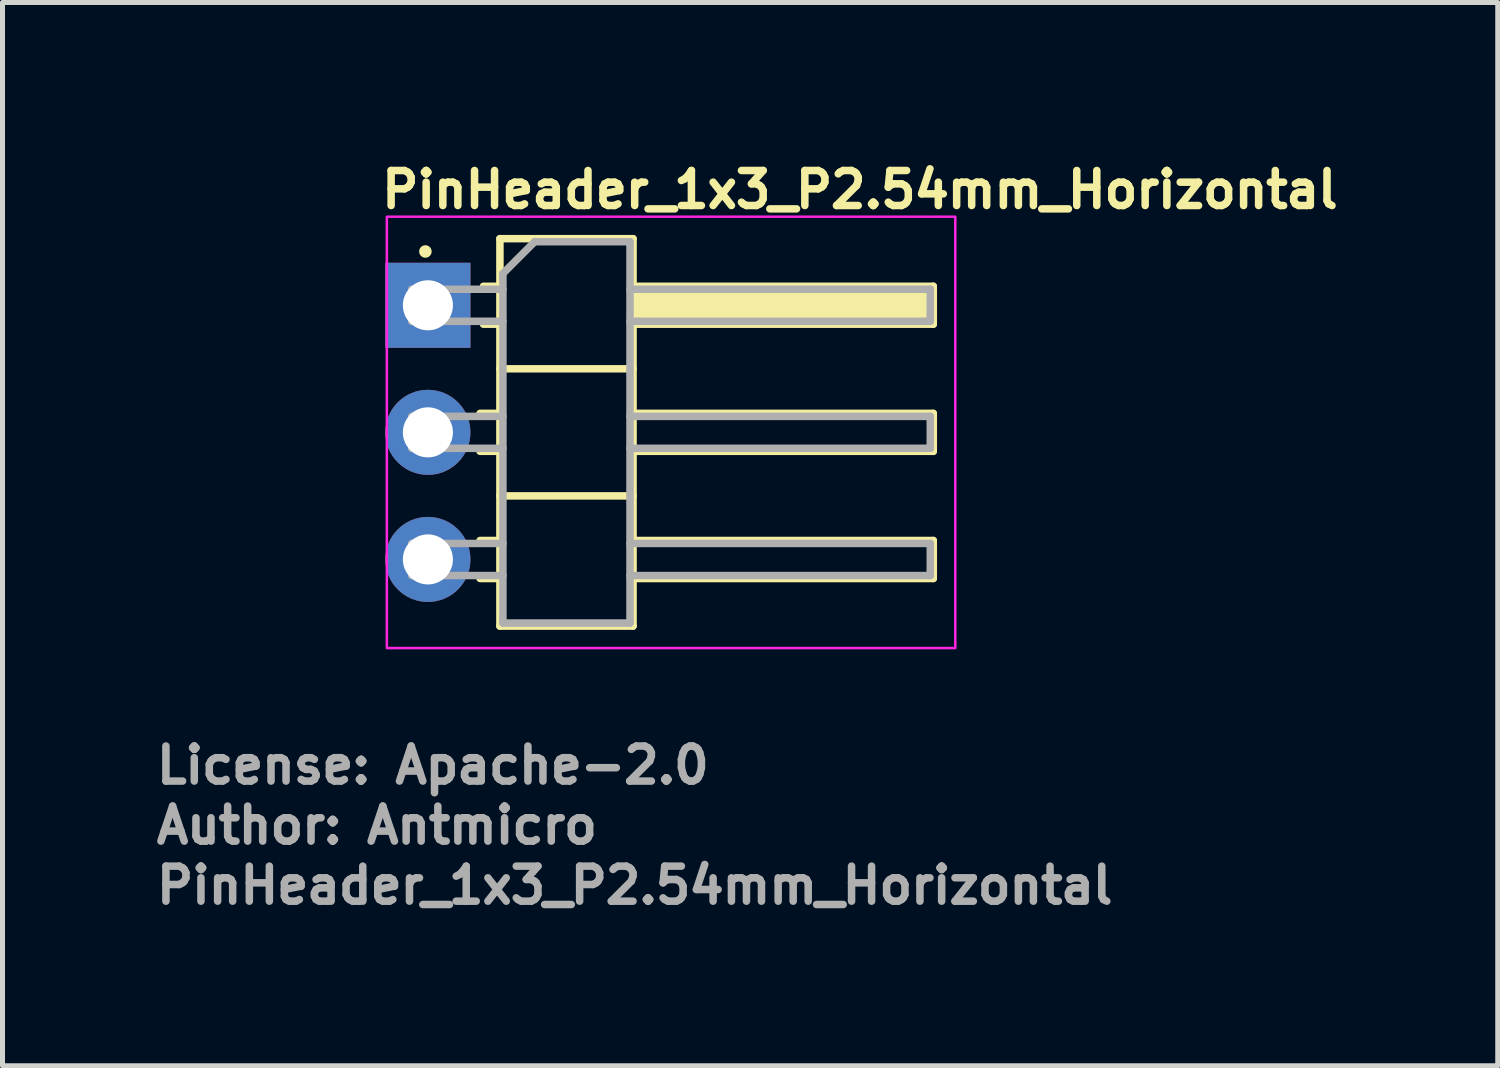
<source format=kicad_pcb>
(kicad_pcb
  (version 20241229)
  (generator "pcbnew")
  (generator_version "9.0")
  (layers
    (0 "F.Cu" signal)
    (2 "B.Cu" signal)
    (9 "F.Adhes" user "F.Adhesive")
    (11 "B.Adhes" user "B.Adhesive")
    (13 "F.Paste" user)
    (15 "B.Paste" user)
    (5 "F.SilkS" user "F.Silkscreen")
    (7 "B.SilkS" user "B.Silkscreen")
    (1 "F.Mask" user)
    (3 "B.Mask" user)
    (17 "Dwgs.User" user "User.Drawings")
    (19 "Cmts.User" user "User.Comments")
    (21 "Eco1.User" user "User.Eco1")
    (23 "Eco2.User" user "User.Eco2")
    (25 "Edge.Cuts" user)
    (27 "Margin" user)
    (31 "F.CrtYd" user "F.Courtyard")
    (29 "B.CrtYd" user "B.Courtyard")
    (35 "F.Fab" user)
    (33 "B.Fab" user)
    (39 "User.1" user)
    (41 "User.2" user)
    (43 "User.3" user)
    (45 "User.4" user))
  (footprint "PinHeader_1x3_P2.54mm_Horizontal"
    (layer "F.Cu")
    (at 5.5 3.05)
    (property "Reference" "PinHeader_1x3_P2.54mm_Horizontal" (at -1 -1.9 0) (layer "F.SilkS") (effects (font (size 0.7 0.7) (thickness 0.15)) (justify left bottom)))
    (attr through_hole)
    (fp_line (start 1.042 2.16) (end 1.439 2.16) (stroke (width 0.15) (type solid)) (layer "F.SilkS"))
    (fp_line (start 1.042 2.918) (end 1.439 2.918) (stroke (width 0.15) (type solid)) (layer "F.SilkS"))
    (fp_line (start 1.042 4.7) (end 1.439 4.7) (stroke (width 0.15) (type solid)) (layer "F.SilkS"))
    (fp_line (start 1.042 5.459) (end 1.439 5.459) (stroke (width 0.15) (type solid)) (layer "F.SilkS"))
    (fp_line (start 1.11 -0.38) (end 1.439 -0.38) (stroke (width 0.15) (type solid)) (layer "F.SilkS"))
    (fp_line (start 1.11 0.378) (end 1.439 0.378) (stroke (width 0.15) (type solid)) (layer "F.SilkS"))
    (fp_line (start 1.439 -1.331) (end 1.439 6.41) (stroke (width 0.15) (type solid)) (layer "F.SilkS"))
    (fp_line (start 1.439 1.269) (end 4.099 1.269) (stroke (width 0.15) (type solid)) (layer "F.SilkS"))
    (fp_line (start 1.439 3.809) (end 4.099 3.809) (stroke (width 0.15) (type solid)) (layer "F.SilkS"))
    (fp_line (start 1.439 6.41) (end 4.099 6.41) (stroke (width 0.15) (type solid)) (layer "F.SilkS"))
    (fp_line (start 4.099 -1.331) (end 1.439 -1.331) (stroke (width 0.15) (type solid)) (layer "F.SilkS"))
    (fp_line (start 4.099 -0.38) (end 10.098 -0.38) (stroke (width 0.15) (type solid)) (layer "F.SilkS"))
    (fp_line (start 4.099 -0.32) (end 10.098 -0.32) (stroke (width 0.15) (type solid)) (layer "F.SilkS"))
    (fp_line (start 4.099 -0.202) (end 10.098 -0.202) (stroke (width 0.15) (type solid)) (layer "F.SilkS"))
    (fp_line (start 4.099 -0.08) (end 10.098 -0.08) (stroke (width 0.15) (type solid)) (layer "F.SilkS"))
    (fp_line (start 4.099 0.04) (end 10.098 0.04) (stroke (width 0.15) (type solid)) (layer "F.SilkS"))
    (fp_line (start 4.099 0.16) (end 10.098 0.16) (stroke (width 0.15) (type solid)) (layer "F.SilkS"))
    (fp_line (start 4.099 0.28) (end 10.098 0.28) (stroke (width 0.15) (type solid)) (layer "F.SilkS"))
    (fp_line (start 4.099 2.16) (end 10.098 2.16) (stroke (width 0.15) (type solid)) (layer "F.SilkS"))
    (fp_line (start 4.099 4.7) (end 10.098 4.7) (stroke (width 0.15) (type solid)) (layer "F.SilkS"))
    (fp_line (start 4.099 6.41) (end 4.099 -1.331) (stroke (width 0.15) (type solid)) (layer "F.SilkS"))
    (fp_line (start 10.098 -0.38) (end 10.098 0.378) (stroke (width 0.15) (type solid)) (layer "F.SilkS"))
    (fp_line (start 10.098 0.378) (end 4.099 0.378) (stroke (width 0.15) (type solid)) (layer "F.SilkS"))
    (fp_line (start 10.098 2.16) (end 10.098 2.918) (stroke (width 0.15) (type solid)) (layer "F.SilkS"))
    (fp_line (start 10.098 2.918) (end 4.099 2.918) (stroke (width 0.15) (type solid)) (layer "F.SilkS"))
    (fp_line (start 10.098 4.7) (end 10.098 5.459) (stroke (width 0.15) (type solid)) (layer "F.SilkS"))
    (fp_line (start 10.098 5.459) (end 4.099 5.459) (stroke (width 0.15) (type solid)) (layer "F.SilkS"))
    (fp_circle (center -0.05 -1.075) (end 0 -1.075) (stroke (width 0.15) (type solid)) (fill yes) (layer "F.SilkS"))
    (fp_rect (start -0.82 -1.77) (end 10.538 6.849) (stroke (width 0.05) (type solid)) (fill no) (layer "F.CrtYd"))
    (fp_line (start -0.32 -0.32) (end -0.32 0.32) (stroke (width 0.15) (type solid)) (layer "F.Fab"))
    (fp_line (start -0.32 -0.32) (end 1.499 -0.32) (stroke (width 0.15) (type solid)) (layer "F.Fab"))
    (fp_line (start -0.32 0.32) (end 1.499 0.32) (stroke (width 0.15) (type solid)) (layer "F.Fab"))
    (fp_line (start -0.32 2.22) (end -0.32 2.858) (stroke (width 0.15) (type solid)) (layer "F.Fab"))
    (fp_line (start -0.32 2.22) (end 1.499 2.22) (stroke (width 0.15) (type solid)) (layer "F.Fab"))
    (fp_line (start -0.32 2.858) (end 1.499 2.858) (stroke (width 0.15) (type solid)) (layer "F.Fab"))
    (fp_line (start -0.32 4.759) (end -0.32 5.4) (stroke (width 0.15) (type solid)) (layer "F.Fab"))
    (fp_line (start -0.32 4.759) (end 1.499 4.759) (stroke (width 0.15) (type solid)) (layer "F.Fab"))
    (fp_line (start -0.32 5.4) (end 1.499 5.4) (stroke (width 0.15) (type solid)) (layer "F.Fab"))
    (fp_line (start 1.499 -0.635) (end 2.133 -1.27) (stroke (width 0.15) (type solid)) (layer "F.Fab"))
    (fp_line (start 1.499 6.349) (end 1.499 -0.635) (stroke (width 0.15) (type solid)) (layer "F.Fab"))
    (fp_line (start 2.133 -1.27) (end 4.038 -1.27) (stroke (width 0.15) (type solid)) (layer "F.Fab"))
    (fp_line (start 4.038 -1.27) (end 4.038 6.349) (stroke (width 0.15) (type solid)) (layer "F.Fab"))
    (fp_line (start 4.038 -0.32) (end 10.038 -0.32) (stroke (width 0.15) (type solid)) (layer "F.Fab"))
    (fp_line (start 4.038 0.32) (end 10.038 0.32) (stroke (width 0.15) (type solid)) (layer "F.Fab"))
    (fp_line (start 4.038 2.22) (end 10.038 2.22) (stroke (width 0.15) (type solid)) (layer "F.Fab"))
    (fp_line (start 4.038 2.858) (end 10.038 2.858) (stroke (width 0.15) (type solid)) (layer "F.Fab"))
    (fp_line (start 4.038 4.759) (end 10.038 4.759) (stroke (width 0.15) (type solid)) (layer "F.Fab"))
    (fp_line (start 4.038 5.4) (end 10.038 5.4) (stroke (width 0.15) (type solid)) (layer "F.Fab"))
    (fp_line (start 4.038 6.349) (end 1.499 6.349) (stroke (width 0.15) (type solid)) (layer "F.Fab"))
    (fp_line (start 10.038 -0.32) (end 10.038 0.32) (stroke (width 0.15) (type solid)) (layer "F.Fab"))
    (fp_line (start 10.038 2.22) (end 10.038 2.858) (stroke (width 0.15) (type solid)) (layer "F.Fab"))
    (fp_line (start 10.038 4.759) (end 10.038 5.4) (stroke (width 0.15) (type solid)) (layer "F.Fab"))
    (fp_rect (start -0.32 -1.27) (end 10.038 6.349) (stroke (width 0.1) (type solid)) (fill no) (layer "User.5"))
    (fp_line (start -0.32 -0.32) (end -0.32 0.32) (stroke (width 0.02) (type solid)) (layer "User.9"))
    (fp_line (start -0.32 -0.32) (end -0.316 -0.32) (stroke (width 0.02) (type solid)) (layer "User.9"))
    (fp_line (start -0.32 0.32) (end -0.316 0.32) (stroke (width 0.02) (type solid)) (layer "User.9"))
    (fp_line (start -0.32 2.22) (end -0.32 2.858) (stroke (width 0.02) (type solid)) (layer "User.9"))
    (fp_line (start -0.32 2.22) (end -0.316 2.22) (stroke (width 0.02) (type solid)) (layer "User.9"))
    (fp_line (start -0.32 2.858) (end -0.316 2.858) (stroke (width 0.02) (type solid)) (layer "User.9"))
    (fp_line (start -0.32 4.759) (end -0.32 5.4) (stroke (width 0.02) (type solid)) (layer "User.9"))
    (fp_line (start -0.32 4.759) (end -0.316 4.759) (stroke (width 0.02) (type solid)) (layer "User.9"))
    (fp_line (start -0.32 5.4) (end -0.316 5.4) (stroke (width 0.02) (type solid)) (layer "User.9"))
    (fp_line (start -0.316 -0.32) (end -0.316 -0.32) (stroke (width 0.02) (type solid)) (layer "User.9"))
    (fp_line (start -0.316 -0.32) (end -0.286 -0.32) (stroke (width 0.02) (type solid)) (layer "User.9"))
    (fp_line (start -0.316 0.32) (end -0.316 0.32) (stroke (width 0.02) (type solid)) (layer "User.9"))
    (fp_line (start -0.316 0.32) (end -0.286 0.32) (stroke (width 0.02) (type solid)) (layer "User.9"))
    (fp_line (start -0.316 2.22) (end -0.316 2.22) (stroke (width 0.02) (type solid)) (layer "User.9"))
    (fp_line (start -0.316 2.22) (end -0.286 2.22) (stroke (width 0.02) (type solid)) (layer "User.9"))
    (fp_line (start -0.316 2.858) (end -0.316 2.858) (stroke (width 0.02) (type solid)) (layer "User.9"))
    (fp_line (start -0.316 2.858) (end -0.286 2.858) (stroke (width 0.02) (type solid)) (layer "User.9"))
    (fp_line (start -0.316 4.759) (end -0.316 4.759) (stroke (width 0.02) (type solid)) (layer "User.9"))
    (fp_line (start -0.316 4.759) (end -0.286 4.759) (stroke (width 0.02) (type solid)) (layer "User.9"))
    (fp_line (start -0.316 5.4) (end -0.316 5.4) (stroke (width 0.02) (type solid)) (layer "User.9"))
    (fp_line (start -0.316 5.4) (end -0.286 5.4) (stroke (width 0.02) (type solid)) (layer "User.9"))
    (fp_line (start -0.286 -0.32) (end -0.286 -0.32) (stroke (width 0.02) (type solid)) (layer "User.9"))
    (fp_line (start -0.286 -0.32) (end -0.222 -0.32) (stroke (width 0.02) (type solid)) (layer "User.9"))
    (fp_line (start -0.286 0.32) (end -0.286 0.32) (stroke (width 0.02) (type solid)) (layer "User.9"))
    (fp_line (start -0.286 0.32) (end -0.222 0.32) (stroke (width 0.02) (type solid)) (layer "User.9"))
    (fp_line (start -0.286 2.22) (end -0.286 2.22) (stroke (width 0.02) (type solid)) (layer "User.9"))
    (fp_line (start -0.286 2.22) (end -0.222 2.22) (stroke (width 0.02) (type solid)) (layer "User.9"))
    (fp_line (start -0.286 2.858) (end -0.286 2.858) (stroke (width 0.02) (type solid)) (layer "User.9"))
    (fp_line (start -0.286 2.858) (end -0.222 2.858) (stroke (width 0.02) (type solid)) (layer "User.9"))
    (fp_line (start -0.286 4.759) (end -0.286 4.759) (stroke (width 0.02) (type solid)) (layer "User.9"))
    (fp_line (start -0.286 4.759) (end -0.222 4.759) (stroke (width 0.02) (type solid)) (layer "User.9"))
    (fp_line (start -0.286 5.4) (end -0.286 5.4) (stroke (width 0.02) (type solid)) (layer "User.9"))
    (fp_line (start -0.286 5.4) (end -0.222 5.4) (stroke (width 0.02) (type solid)) (layer "User.9"))
    (fp_line (start -0.222 -0.32) (end -0.222 -0.32) (stroke (width 0.02) (type solid)) (layer "User.9"))
    (fp_line (start -0.222 -0.32) (end -0.134 -0.32) (stroke (width 0.02) (type solid)) (layer "User.9"))
    (fp_line (start -0.222 0.32) (end -0.222 0.32) (stroke (width 0.02) (type solid)) (layer "User.9"))
    (fp_line (start -0.222 0.32) (end -0.134 0.32) (stroke (width 0.02) (type solid)) (layer "User.9"))
    (fp_line (start -0.222 2.22) (end -0.222 2.22) (stroke (width 0.02) (type solid)) (layer "User.9"))
    (fp_line (start -0.222 2.22) (end -0.134 2.22) (stroke (width 0.02) (type solid)) (layer "User.9"))
    (fp_line (start -0.222 2.858) (end -0.222 2.858) (stroke (width 0.02) (type solid)) (layer "User.9"))
    (fp_line (start -0.222 2.858) (end -0.134 2.858) (stroke (width 0.02) (type solid)) (layer "User.9"))
    (fp_line (start -0.222 4.759) (end -0.222 4.759) (stroke (width 0.02) (type solid)) (layer "User.9"))
    (fp_line (start -0.222 4.759) (end -0.134 4.759) (stroke (width 0.02) (type solid)) (layer "User.9"))
    (fp_line (start -0.222 5.4) (end -0.222 5.4) (stroke (width 0.02) (type solid)) (layer "User.9"))
    (fp_line (start -0.222 5.4) (end -0.134 5.4) (stroke (width 0.02) (type solid)) (layer "User.9"))
    (fp_line (start -0.134 -0.32) (end -0.134 -0.32) (stroke (width 0.02) (type solid)) (layer "User.9"))
    (fp_line (start -0.134 -0.32) (end 0.32 -0.32) (stroke (width 0.02) (type solid)) (layer "User.9"))
    (fp_line (start -0.134 0.32) (end -0.134 0.32) (stroke (width 0.02) (type solid)) (layer "User.9"))
    (fp_line (start -0.134 0.32) (end 0.32 0.32) (stroke (width 0.02) (type solid)) (layer "User.9"))
    (fp_line (start -0.134 2.22) (end -0.134 2.22) (stroke (width 0.02) (type solid)) (layer "User.9"))
    (fp_line (start -0.134 2.22) (end 0.32 2.22) (stroke (width 0.02) (type solid)) (layer "User.9"))
    (fp_line (start -0.134 2.858) (end -0.134 2.858) (stroke (width 0.02) (type solid)) (layer "User.9"))
    (fp_line (start -0.134 2.858) (end 0.32 2.858) (stroke (width 0.02) (type solid)) (layer "User.9"))
    (fp_line (start -0.134 4.759) (end -0.134 4.759) (stroke (width 0.02) (type solid)) (layer "User.9"))
    (fp_line (start -0.134 4.759) (end 0.32 4.759) (stroke (width 0.02) (type solid)) (layer "User.9"))
    (fp_line (start -0.134 5.4) (end -0.134 5.4) (stroke (width 0.02) (type solid)) (layer "User.9"))
    (fp_line (start -0.134 5.4) (end 0.32 5.4) (stroke (width 0.02) (type solid)) (layer "User.9"))
    (fp_line (start 0.32 -0.32) (end 1.499 -0.32) (stroke (width 0.02) (type solid)) (layer "User.9"))
    (fp_line (start 0.32 0.32) (end 1.499 0.32) (stroke (width 0.02) (type solid)) (layer "User.9"))
    (fp_line (start 0.32 2.22) (end 1.499 2.22) (stroke (width 0.02) (type solid)) (layer "User.9"))
    (fp_line (start 0.32 2.858) (end 1.499 2.858) (stroke (width 0.02) (type solid)) (layer "User.9"))
    (fp_line (start 0.32 4.759) (end 1.499 4.759) (stroke (width 0.02) (type solid)) (layer "User.9"))
    (fp_line (start 0.32 5.4) (end 1.499 5.4) (stroke (width 0.02) (type solid)) (layer "User.9"))
    (fp_line (start 1.499 -1.27) (end 4.038 -1.27) (stroke (width 0.02) (type solid)) (layer "User.9"))
    (fp_line (start 1.499 -1.016) (end 1.499 -1.27) (stroke (width 0.02) (type solid)) (layer "User.9"))
    (fp_line (start 1.499 -1.016) (end 4.038 -1.016) (stroke (width 0.02) (type solid)) (layer "User.9"))
    (fp_line (start 1.499 1.015) (end 1.499 -1.016) (stroke (width 0.02) (type solid)) (layer "User.9"))
    (fp_line (start 1.499 1.015) (end 4.038 1.015) (stroke (width 0.02) (type solid)) (layer "User.9"))
    (fp_line (start 1.499 1.269) (end 1.499 1.015) (stroke (width 0.02) (type solid)) (layer "User.9"))
    (fp_line (start 1.499 1.269) (end 4.038 1.269) (stroke (width 0.02) (type solid)) (layer "User.9"))
    (fp_line (start 1.499 1.523) (end 1.499 1.269) (stroke (width 0.02) (type solid)) (layer "User.9"))
    (fp_line (start 1.499 1.523) (end 4.038 1.523) (stroke (width 0.02) (type solid)) (layer "User.9"))
    (fp_line (start 1.499 3.555) (end 1.499 1.523) (stroke (width 0.02) (type solid)) (layer "User.9"))
    (fp_line (start 1.499 3.555) (end 4.038 3.555) (stroke (width 0.02) (type solid)) (layer "User.9"))
    (fp_line (start 1.499 3.809) (end 1.499 3.555) (stroke (width 0.02) (type solid)) (layer "User.9"))
    (fp_line (start 1.499 3.809) (end 4.038 3.809) (stroke (width 0.02) (type solid)) (layer "User.9"))
    (fp_line (start 1.499 4.062) (end 1.499 3.809) (stroke (width 0.02) (type solid)) (layer "User.9"))
    (fp_line (start 1.499 4.062) (end 4.038 4.062) (stroke (width 0.02) (type solid)) (layer "User.9"))
    (fp_line (start 1.499 6.094) (end 1.499 4.062) (stroke (width 0.02) (type solid)) (layer "User.9"))
    (fp_line (start 1.499 6.094) (end 4.038 6.094) (stroke (width 0.02) (type solid)) (layer "User.9"))
    (fp_line (start 1.499 6.349) (end 1.499 6.094) (stroke (width 0.02) (type solid)) (layer "User.9"))
    (fp_line (start 1.499 6.349) (end 4.038 6.349) (stroke (width 0.02) (type solid)) (layer "User.9"))
    (fp_line (start 4.038 -1.016) (end 4.038 -1.27) (stroke (width 0.02) (type solid)) (layer "User.9"))
    (fp_line (start 4.038 -0.32) (end 9.88 -0.32) (stroke (width 0.02) (type solid)) (layer "User.9"))
    (fp_line (start 4.038 0.32) (end 9.88 0.32) (stroke (width 0.02) (type solid)) (layer "User.9"))
    (fp_line (start 4.038 1.015) (end 4.038 -1.016) (stroke (width 0.02) (type solid)) (layer "User.9"))
    (fp_line (start 4.038 1.269) (end 4.038 1.015) (stroke (width 0.02) (type solid)) (layer "User.9"))
    (fp_line (start 4.038 1.523) (end 4.038 1.269) (stroke (width 0.02) (type solid)) (layer "User.9"))
    (fp_line (start 4.038 2.22) (end 9.88 2.22) (stroke (width 0.02) (type solid)) (layer "User.9"))
    (fp_line (start 4.038 2.858) (end 9.88 2.858) (stroke (width 0.02) (type solid)) (layer "User.9"))
    (fp_line (start 4.038 3.555) (end 4.038 1.523) (stroke (width 0.02) (type solid)) (layer "User.9"))
    (fp_line (start 4.038 3.809) (end 4.038 3.555) (stroke (width 0.02) (type solid)) (layer "User.9"))
    (fp_line (start 4.038 4.062) (end 4.038 3.809) (stroke (width 0.02) (type solid)) (layer "User.9"))
    (fp_line (start 4.038 4.759) (end 9.88 4.759) (stroke (width 0.02) (type solid)) (layer "User.9"))
    (fp_line (start 4.038 5.4) (end 9.88 5.4) (stroke (width 0.02) (type solid)) (layer "User.9"))
    (fp_line (start 4.038 6.094) (end 4.038 4.062) (stroke (width 0.02) (type solid)) (layer "User.9"))
    (fp_line (start 4.038 6.349) (end 4.038 6.094) (stroke (width 0.02) (type solid)) (layer "User.9"))
    (fp_line (start 9.88 -0.32) (end 9.88 0.32) (stroke (width 0.02) (type solid)) (layer "User.9"))
    (fp_line (start 9.88 -0.32) (end 10.038 -0.16) (stroke (width 0.02) (type solid)) (layer "User.9"))
    (fp_line (start 9.88 0.32) (end 10.038 0.16) (stroke (width 0.02) (type solid)) (layer "User.9"))
    (fp_line (start 9.88 2.22) (end 9.88 2.858) (stroke (width 0.02) (type solid)) (layer "User.9"))
    (fp_line (start 9.88 2.22) (end 10.038 2.378) (stroke (width 0.02) (type solid)) (layer "User.9"))
    (fp_line (start 9.88 2.858) (end 10.038 2.7) (stroke (width 0.02) (type solid)) (layer "User.9"))
    (fp_line (start 9.88 4.759) (end 9.88 5.4) (stroke (width 0.02) (type solid)) (layer "User.9"))
    (fp_line (start 9.88 4.759) (end 10.038 4.919) (stroke (width 0.02) (type solid)) (layer "User.9"))
    (fp_line (start 9.88 5.4) (end 10.038 5.24) (stroke (width 0.02) (type solid)) (layer "User.9"))
    (fp_line (start 10.038 -0.16) (end 10.038 0.16) (stroke (width 0.02) (type solid)) (layer "User.9"))
    (fp_line (start 10.038 2.378) (end 10.038 2.7) (stroke (width 0.02) (type solid)) (layer "User.9"))
    (fp_line (start 10.038 4.919) (end 10.038 5.24) (stroke (width 0.02) (type solid)) (layer "User.9"))
    (fp_text user "Author: Antmicro" (at -5.5 10.8 0) (layer "F.Fab") (effects (font (size 0.7 0.7) (thickness 0.15)) (justify left bottom)))
    (fp_text user "${REFERENCE}" (at -5.5 12 0) (layer "F.Fab") (effects (font (size 0.7 0.7) (thickness 0.15)) (justify left bottom)))
    (fp_text user "License: Apache-2.0" (at -5.5 9.6 0) (layer "F.Fab") (effects (font (size 0.7 0.7) (thickness 0.15)) (justify left bottom)))
    (pad "1" thru_hole rect (at 0 0) (size 1.7 1.7) (drill 1) (layers "*.Cu" "*.Mask"))
    (pad "2" thru_hole oval (at 0 2.539) (size 1.7 1.7) (drill 1) (layers "*.Cu" "*.Mask"))
    (pad "3" thru_hole oval (at 0 5.078) (size 1.7 1.7) (drill 1) (layers "*.Cu" "*.Mask")))
  (gr_rect
    (start -3 -3)
    (end 26.877 18.245)
    (stroke (width 0.1) (type default))
    (fill no)
    (layer "Edge.Cuts")))
</source>
